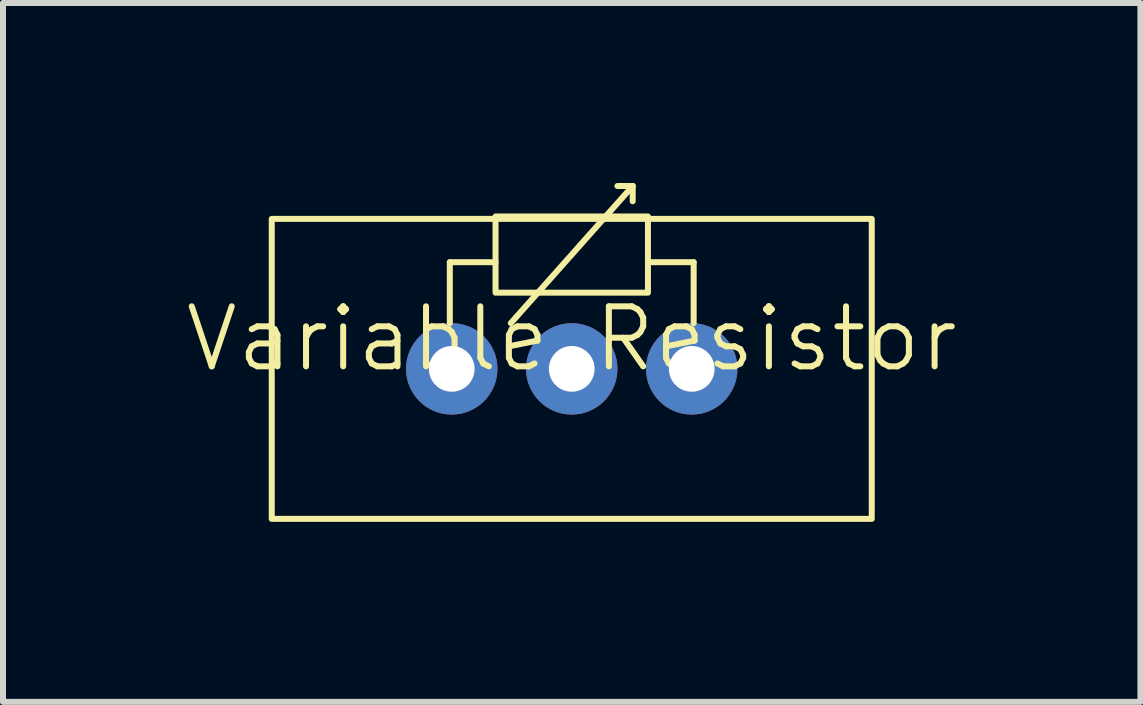
<source format=kicad_pcb>
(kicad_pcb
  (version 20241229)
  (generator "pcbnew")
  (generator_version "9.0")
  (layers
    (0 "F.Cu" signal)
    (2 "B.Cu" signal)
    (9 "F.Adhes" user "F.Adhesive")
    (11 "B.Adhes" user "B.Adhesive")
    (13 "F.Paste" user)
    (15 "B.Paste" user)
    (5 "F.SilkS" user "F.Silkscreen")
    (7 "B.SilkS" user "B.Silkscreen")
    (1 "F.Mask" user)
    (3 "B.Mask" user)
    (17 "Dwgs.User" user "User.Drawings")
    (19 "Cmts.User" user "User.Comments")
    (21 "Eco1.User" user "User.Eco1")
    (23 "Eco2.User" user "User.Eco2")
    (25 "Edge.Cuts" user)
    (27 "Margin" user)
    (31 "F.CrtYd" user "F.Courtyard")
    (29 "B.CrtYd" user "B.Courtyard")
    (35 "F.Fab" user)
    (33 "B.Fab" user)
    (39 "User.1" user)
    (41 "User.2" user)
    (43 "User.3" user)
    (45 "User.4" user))
  (footprint "Variable Resistor"
    (layer "F.Cu")
    (at 6.479 3.098)
    (property "Reference" "Variable Resistor" (at 0 -0.5 0) (unlocked yes) (layer "F.SilkS") (effects (font (size 1 1) (thickness 0.1))))
    (attr through_hole)
    (fp_line (start -2.032 -1.778) (end -1.27 -1.778) (stroke (width 0.1) (type default)) (layer "F.SilkS"))
    (fp_line (start -2.032 -0.762) (end -2.032 -1.778) (stroke (width 0.1) (type default)) (layer "F.SilkS"))
    (fp_line (start -1.016 -0.762) (end 1.016 -3.048) (stroke (width 0.1) (type default)) (layer "F.SilkS"))
    (fp_line (start 1.016 -3.048) (end 0.762 -3.048) (stroke (width 0.1) (type default)) (layer "F.SilkS"))
    (fp_line (start 1.016 -3.048) (end 1.016 -2.794) (stroke (width 0.1) (type default)) (layer "F.SilkS"))
    (fp_line (start 2.032 -1.778) (end 1.27 -1.778) (stroke (width 0.1) (type default)) (layer "F.SilkS"))
    (fp_line (start 2.032 -0.762) (end 2.032 -1.778) (stroke (width 0.1) (type default)) (layer "F.SilkS"))
    (fp_rect (start -5 -2.5) (end 5 2.5) (stroke (width 0.1) (type default)) (fill no) (layer "F.SilkS"))
    (fp_rect (start -1.27 -2.54) (end 1.27 -1.27) (stroke (width 0.1) (type default)) (fill no) (layer "F.SilkS"))
    (pad "1" thru_hole circle (at -2 0) (size 1.524 1.524) (drill 0.762) (layers "*.Cu" "*.Mask"))
    (pad "2" thru_hole circle (at 0 0) (size 1.524 1.524) (drill 0.762) (layers "*.Cu" "*.Mask"))
    (pad "3" thru_hole circle (at 2 0) (size 1.524 1.524) (drill 0.762) (layers "*.Cu" "*.Mask")))
  (gr_rect
    (start -3 -3)
    (end 15.957 8.648)
    (stroke (width 0.1) (type default))
    (fill no)
    (layer "Edge.Cuts")))
</source>
